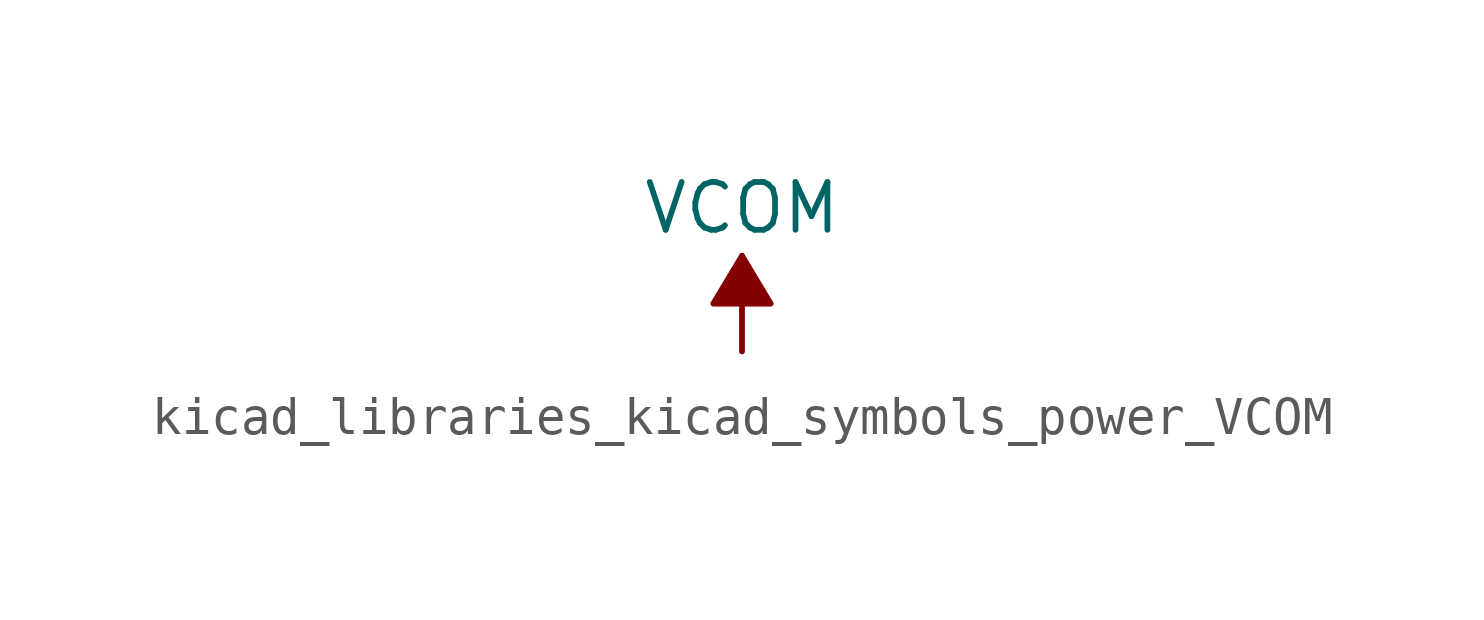
<source format=kicad_sym>
(kicad_symbol_lib
  (version 20220914)
  (generator kicad_symbol_editor)
  (symbol "kicad_libraries_kicad_symbols_power_VCOM"
    (power)
    (pin_names
      (offset 0))
    (property "Reference" "#PWR"
      (at 0 -3.81 0)
      (effects (font (size 1.27 1.27)) hide))
    (property "Value" "VCOM"
      (at 0 3.81 0)
      (effects (font (size 1.27 1.27))))
    (symbol "kicad_libraries_kicad_symbols_power_VCOM_0_1"
      (polyline (pts (xy 0 0) (xy 0 2.54)) (stroke (width 0) (type default)) (fill (type none)))
      (polyline (pts (xy 0.762 1.27) (xy -0.762 1.27) (xy 0 2.54) (xy 0.762 1.27)) (stroke (width 0) (type default)) (fill (type outline))))
    (symbol "kicad_libraries_kicad_symbols_power_VCOM_1_1"
      (pin power_in line (at 0 0 90) (length 0) hide (name "VCOM" (effects (font (size 1.27 1.27)))) (number "1" (effects (font (size 1.27 1.27))))))))
</source>
